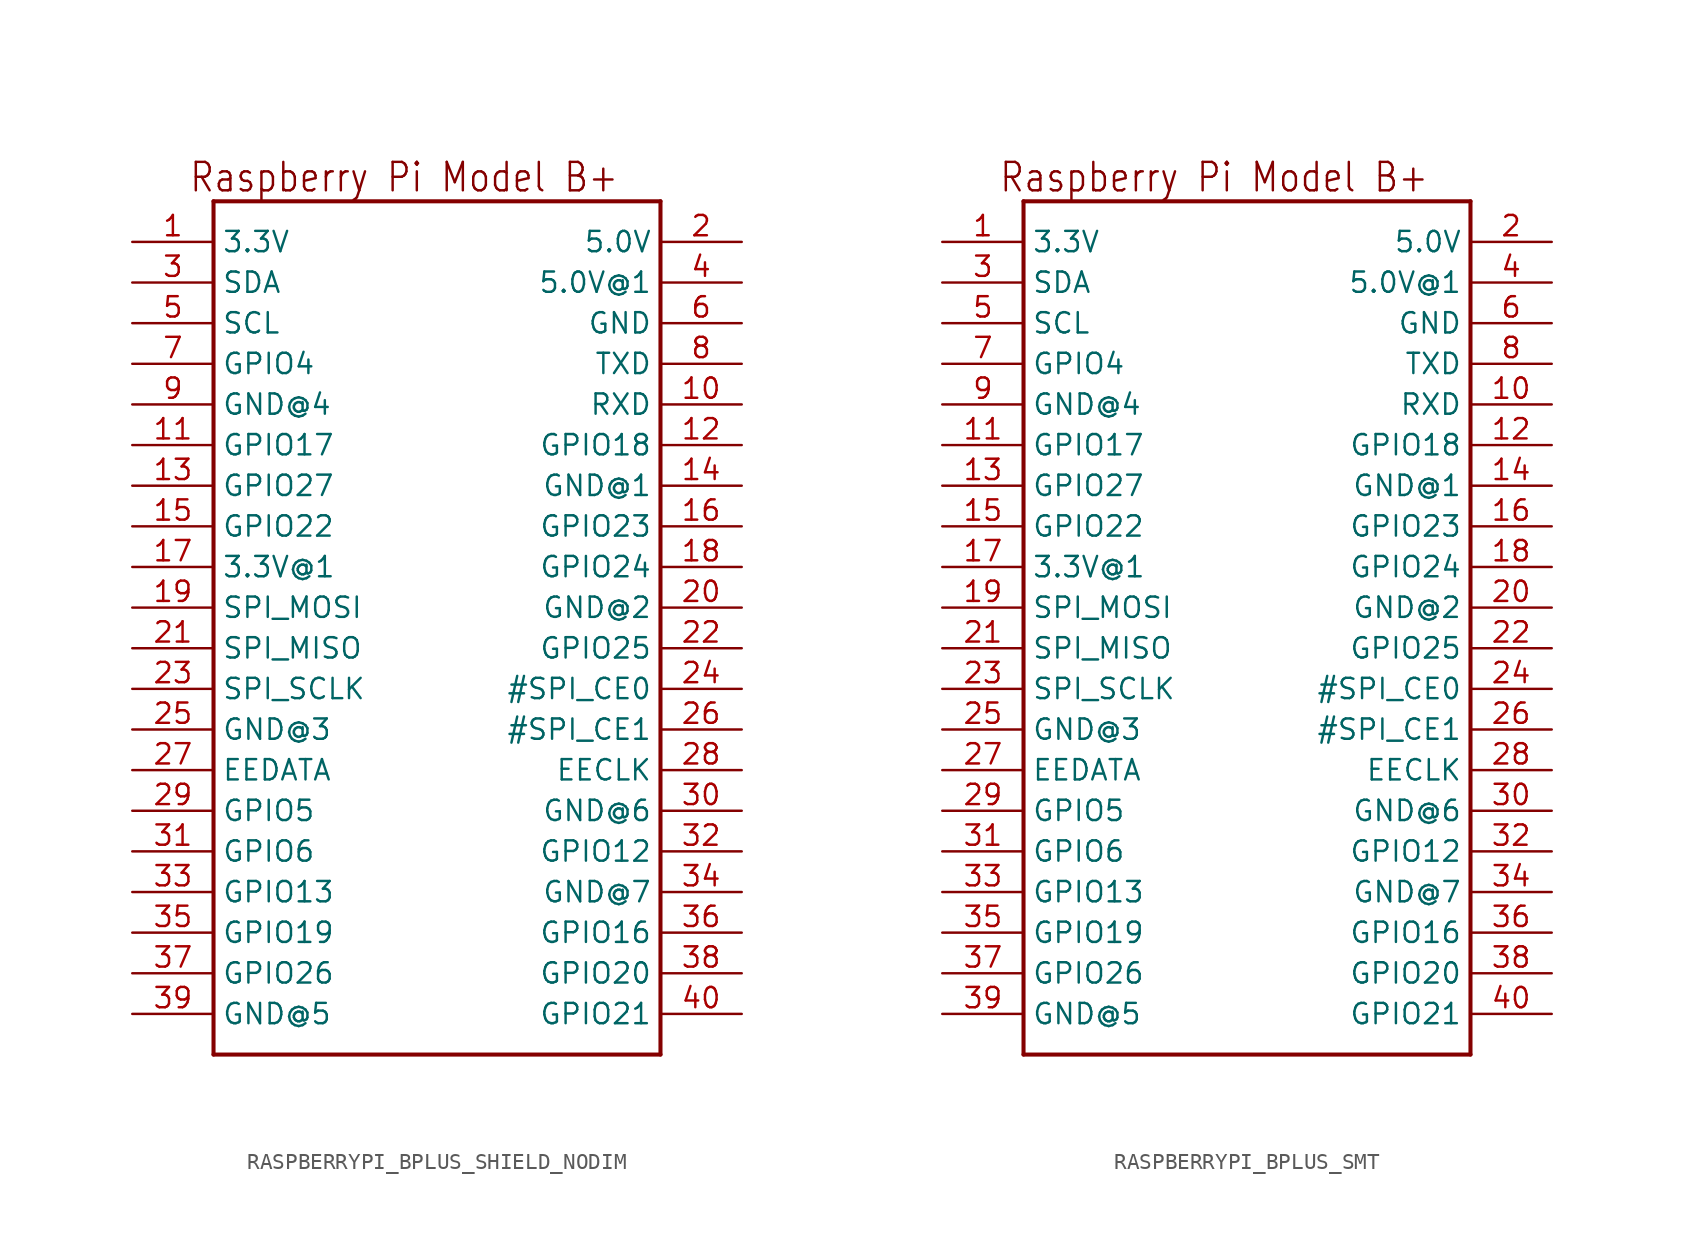
<source format=kicad_sym>
(kicad_symbol_lib
  (version 20220914)
  (generator kicad_symbol_editor)
  (symbol "RASPBERRYPI_BPLUS_SHIELD_NODIM"
    (property "Reference" "RPI"
      (at 0 0 0)
      (effects (font (size 1.27 1.27)) hide))
    (property "ki_locked" ""
      (at 0 0 0)
      (effects (font (size 1.27 1.27))))
    (symbol "RASPBERRYPI_BPLUS_SHIELD_NODIM_1_0"
      (polyline (pts (xy -12.7 -30.48) (xy -12.7 22.86)) (stroke (width 0.254) (type solid)) (fill (type none)))
      (polyline (pts (xy -12.7 22.86) (xy 15.24 22.86)) (stroke (width 0.254) (type solid)) (fill (type none)))
      (polyline (pts (xy 15.24 -30.48) (xy -12.7 -30.48)) (stroke (width 0.254) (type solid)) (fill (type none)))
      (polyline (pts (xy 15.24 22.86) (xy 15.24 -30.48)) (stroke (width 0.254) (type solid)) (fill (type none)))
      (text "Raspberry Pi Model B+" (at 12.7 25.4 0) (effects (font (size 1.778 1.511)) (justify right top)))
      (pin power_in line (at -17.78 20.32 0) (length 5.08) (name "3.3V" (effects (font (size 1.27 1.27)))) (number "1" (effects (font (size 1.27 1.27)))))
      (pin bidirectional line (at 20.32 10.16 180) (length 5.08) (name "RXD" (effects (font (size 1.27 1.27)))) (number "10" (effects (font (size 1.27 1.27)))))
      (pin bidirectional line (at -17.78 7.62 0) (length 5.08) (name "GPIO17" (effects (font (size 1.27 1.27)))) (number "11" (effects (font (size 1.27 1.27)))))
      (pin bidirectional line (at 20.32 7.62 180) (length 5.08) (name "GPIO18" (effects (font (size 1.27 1.27)))) (number "12" (effects (font (size 1.27 1.27)))))
      (pin bidirectional line (at -17.78 5.08 0) (length 5.08) (name "GPIO27" (effects (font (size 1.27 1.27)))) (number "13" (effects (font (size 1.27 1.27)))))
      (pin power_in line (at 20.32 5.08 180) (length 5.08) (name "GND@1" (effects (font (size 1.27 1.27)))) (number "14" (effects (font (size 1.27 1.27)))))
      (pin bidirectional line (at -17.78 2.54 0) (length 5.08) (name "GPIO22" (effects (font (size 1.27 1.27)))) (number "15" (effects (font (size 1.27 1.27)))))
      (pin bidirectional line (at 20.32 2.54 180) (length 5.08) (name "GPIO23" (effects (font (size 1.27 1.27)))) (number "16" (effects (font (size 1.27 1.27)))))
      (pin power_in line (at -17.78 0 0) (length 5.08) (name "3.3V@1" (effects (font (size 1.27 1.27)))) (number "17" (effects (font (size 1.27 1.27)))))
      (pin bidirectional line (at 20.32 0 180) (length 5.08) (name "GPIO24" (effects (font (size 1.27 1.27)))) (number "18" (effects (font (size 1.27 1.27)))))
      (pin bidirectional line (at -17.78 -2.54 0) (length 5.08) (name "SPI_MOSI" (effects (font (size 1.27 1.27)))) (number "19" (effects (font (size 1.27 1.27)))))
      (pin power_in line (at 20.32 20.32 180) (length 5.08) (name "5.0V" (effects (font (size 1.27 1.27)))) (number "2" (effects (font (size 1.27 1.27)))))
      (pin power_in line (at 20.32 -2.54 180) (length 5.08) (name "GND@2" (effects (font (size 1.27 1.27)))) (number "20" (effects (font (size 1.27 1.27)))))
      (pin bidirectional line (at -17.78 -5.08 0) (length 5.08) (name "SPI_MISO" (effects (font (size 1.27 1.27)))) (number "21" (effects (font (size 1.27 1.27)))))
      (pin bidirectional line (at 20.32 -5.08 180) (length 5.08) (name "GPIO25" (effects (font (size 1.27 1.27)))) (number "22" (effects (font (size 1.27 1.27)))))
      (pin bidirectional line (at -17.78 -7.62 0) (length 5.08) (name "SPI_SCLK" (effects (font (size 1.27 1.27)))) (number "23" (effects (font (size 1.27 1.27)))))
      (pin bidirectional line (at 20.32 -7.62 180) (length 5.08) (name "#SPI_CE0" (effects (font (size 1.27 1.27)))) (number "24" (effects (font (size 1.27 1.27)))))
      (pin power_in line (at -17.78 -10.16 0) (length 5.08) (name "GND@3" (effects (font (size 1.27 1.27)))) (number "25" (effects (font (size 1.27 1.27)))))
      (pin bidirectional line (at 20.32 -10.16 180) (length 5.08) (name "#SPI_CE1" (effects (font (size 1.27 1.27)))) (number "26" (effects (font (size 1.27 1.27)))))
      (pin bidirectional line (at -17.78 -12.7 0) (length 5.08) (name "EEDATA" (effects (font (size 1.27 1.27)))) (number "27" (effects (font (size 1.27 1.27)))))
      (pin bidirectional line (at 20.32 -12.7 180) (length 5.08) (name "EECLK" (effects (font (size 1.27 1.27)))) (number "28" (effects (font (size 1.27 1.27)))))
      (pin bidirectional line (at -17.78 -15.24 0) (length 5.08) (name "GPIO5" (effects (font (size 1.27 1.27)))) (number "29" (effects (font (size 1.27 1.27)))))
      (pin bidirectional line (at -17.78 17.78 0) (length 5.08) (name "SDA" (effects (font (size 1.27 1.27)))) (number "3" (effects (font (size 1.27 1.27)))))
      (pin power_in line (at 20.32 -15.24 180) (length 5.08) (name "GND@6" (effects (font (size 1.27 1.27)))) (number "30" (effects (font (size 1.27 1.27)))))
      (pin bidirectional line (at -17.78 -17.78 0) (length 5.08) (name "GPIO6" (effects (font (size 1.27 1.27)))) (number "31" (effects (font (size 1.27 1.27)))))
      (pin bidirectional line (at 20.32 -17.78 180) (length 5.08) (name "GPIO12" (effects (font (size 1.27 1.27)))) (number "32" (effects (font (size 1.27 1.27)))))
      (pin bidirectional line (at -17.78 -20.32 0) (length 5.08) (name "GPIO13" (effects (font (size 1.27 1.27)))) (number "33" (effects (font (size 1.27 1.27)))))
      (pin power_in line (at 20.32 -20.32 180) (length 5.08) (name "GND@7" (effects (font (size 1.27 1.27)))) (number "34" (effects (font (size 1.27 1.27)))))
      (pin bidirectional line (at -17.78 -22.86 0) (length 5.08) (name "GPIO19" (effects (font (size 1.27 1.27)))) (number "35" (effects (font (size 1.27 1.27)))))
      (pin bidirectional line (at 20.32 -22.86 180) (length 5.08) (name "GPIO16" (effects (font (size 1.27 1.27)))) (number "36" (effects (font (size 1.27 1.27)))))
      (pin bidirectional line (at -17.78 -25.4 0) (length 5.08) (name "GPIO26" (effects (font (size 1.27 1.27)))) (number "37" (effects (font (size 1.27 1.27)))))
      (pin bidirectional line (at 20.32 -25.4 180) (length 5.08) (name "GPIO20" (effects (font (size 1.27 1.27)))) (number "38" (effects (font (size 1.27 1.27)))))
      (pin power_in line (at -17.78 -27.94 0) (length 5.08) (name "GND@5" (effects (font (size 1.27 1.27)))) (number "39" (effects (font (size 1.27 1.27)))))
      (pin power_in line (at 20.32 17.78 180) (length 5.08) (name "5.0V@1" (effects (font (size 1.27 1.27)))) (number "4" (effects (font (size 1.27 1.27)))))
      (pin bidirectional line (at 20.32 -27.94 180) (length 5.08) (name "GPIO21" (effects (font (size 1.27 1.27)))) (number "40" (effects (font (size 1.27 1.27)))))
      (pin bidirectional line (at -17.78 15.24 0) (length 5.08) (name "SCL" (effects (font (size 1.27 1.27)))) (number "5" (effects (font (size 1.27 1.27)))))
      (pin power_in line (at 20.32 15.24 180) (length 5.08) (name "GND" (effects (font (size 1.27 1.27)))) (number "6" (effects (font (size 1.27 1.27)))))
      (pin bidirectional line (at -17.78 12.7 0) (length 5.08) (name "GPIO4" (effects (font (size 1.27 1.27)))) (number "7" (effects (font (size 1.27 1.27)))))
      (pin bidirectional line (at 20.32 12.7 180) (length 5.08) (name "TXD" (effects (font (size 1.27 1.27)))) (number "8" (effects (font (size 1.27 1.27)))))
      (pin power_in line (at -17.78 10.16 0) (length 5.08) (name "GND@4" (effects (font (size 1.27 1.27)))) (number "9" (effects (font (size 1.27 1.27)))))))
  (symbol "RASPBERRYPI_BPLUS_SMT"
    (property "Reference" "RPI"
      (at 0 0 0)
      (effects (font (size 1.27 1.27)) hide))
    (property "ki_locked" ""
      (at 0 0 0)
      (effects (font (size 1.27 1.27))))
    (symbol "RASPBERRYPI_BPLUS_SMT_1_0"
      (polyline (pts (xy -12.7 -30.48) (xy -12.7 22.86)) (stroke (width 0.254) (type solid)) (fill (type none)))
      (polyline (pts (xy -12.7 22.86) (xy 15.24 22.86)) (stroke (width 0.254) (type solid)) (fill (type none)))
      (polyline (pts (xy 15.24 -30.48) (xy -12.7 -30.48)) (stroke (width 0.254) (type solid)) (fill (type none)))
      (polyline (pts (xy 15.24 22.86) (xy 15.24 -30.48)) (stroke (width 0.254) (type solid)) (fill (type none)))
      (text "Raspberry Pi Model B+" (at 12.7 25.4 0) (effects (font (size 1.778 1.511)) (justify right top)))
      (pin power_in line (at -17.78 20.32 0) (length 5.08) (name "3.3V" (effects (font (size 1.27 1.27)))) (number "1" (effects (font (size 1.27 1.27)))))
      (pin bidirectional line (at 20.32 10.16 180) (length 5.08) (name "RXD" (effects (font (size 1.27 1.27)))) (number "10" (effects (font (size 1.27 1.27)))))
      (pin bidirectional line (at -17.78 7.62 0) (length 5.08) (name "GPIO17" (effects (font (size 1.27 1.27)))) (number "11" (effects (font (size 1.27 1.27)))))
      (pin bidirectional line (at 20.32 7.62 180) (length 5.08) (name "GPIO18" (effects (font (size 1.27 1.27)))) (number "12" (effects (font (size 1.27 1.27)))))
      (pin bidirectional line (at -17.78 5.08 0) (length 5.08) (name "GPIO27" (effects (font (size 1.27 1.27)))) (number "13" (effects (font (size 1.27 1.27)))))
      (pin power_in line (at 20.32 5.08 180) (length 5.08) (name "GND@1" (effects (font (size 1.27 1.27)))) (number "14" (effects (font (size 1.27 1.27)))))
      (pin bidirectional line (at -17.78 2.54 0) (length 5.08) (name "GPIO22" (effects (font (size 1.27 1.27)))) (number "15" (effects (font (size 1.27 1.27)))))
      (pin bidirectional line (at 20.32 2.54 180) (length 5.08) (name "GPIO23" (effects (font (size 1.27 1.27)))) (number "16" (effects (font (size 1.27 1.27)))))
      (pin power_in line (at -17.78 0 0) (length 5.08) (name "3.3V@1" (effects (font (size 1.27 1.27)))) (number "17" (effects (font (size 1.27 1.27)))))
      (pin bidirectional line (at 20.32 0 180) (length 5.08) (name "GPIO24" (effects (font (size 1.27 1.27)))) (number "18" (effects (font (size 1.27 1.27)))))
      (pin bidirectional line (at -17.78 -2.54 0) (length 5.08) (name "SPI_MOSI" (effects (font (size 1.27 1.27)))) (number "19" (effects (font (size 1.27 1.27)))))
      (pin power_in line (at 20.32 20.32 180) (length 5.08) (name "5.0V" (effects (font (size 1.27 1.27)))) (number "2" (effects (font (size 1.27 1.27)))))
      (pin power_in line (at 20.32 -2.54 180) (length 5.08) (name "GND@2" (effects (font (size 1.27 1.27)))) (number "20" (effects (font (size 1.27 1.27)))))
      (pin bidirectional line (at -17.78 -5.08 0) (length 5.08) (name "SPI_MISO" (effects (font (size 1.27 1.27)))) (number "21" (effects (font (size 1.27 1.27)))))
      (pin bidirectional line (at 20.32 -5.08 180) (length 5.08) (name "GPIO25" (effects (font (size 1.27 1.27)))) (number "22" (effects (font (size 1.27 1.27)))))
      (pin bidirectional line (at -17.78 -7.62 0) (length 5.08) (name "SPI_SCLK" (effects (font (size 1.27 1.27)))) (number "23" (effects (font (size 1.27 1.27)))))
      (pin bidirectional line (at 20.32 -7.62 180) (length 5.08) (name "#SPI_CE0" (effects (font (size 1.27 1.27)))) (number "24" (effects (font (size 1.27 1.27)))))
      (pin power_in line (at -17.78 -10.16 0) (length 5.08) (name "GND@3" (effects (font (size 1.27 1.27)))) (number "25" (effects (font (size 1.27 1.27)))))
      (pin bidirectional line (at 20.32 -10.16 180) (length 5.08) (name "#SPI_CE1" (effects (font (size 1.27 1.27)))) (number "26" (effects (font (size 1.27 1.27)))))
      (pin bidirectional line (at -17.78 -12.7 0) (length 5.08) (name "EEDATA" (effects (font (size 1.27 1.27)))) (number "27" (effects (font (size 1.27 1.27)))))
      (pin bidirectional line (at 20.32 -12.7 180) (length 5.08) (name "EECLK" (effects (font (size 1.27 1.27)))) (number "28" (effects (font (size 1.27 1.27)))))
      (pin bidirectional line (at -17.78 -15.24 0) (length 5.08) (name "GPIO5" (effects (font (size 1.27 1.27)))) (number "29" (effects (font (size 1.27 1.27)))))
      (pin bidirectional line (at -17.78 17.78 0) (length 5.08) (name "SDA" (effects (font (size 1.27 1.27)))) (number "3" (effects (font (size 1.27 1.27)))))
      (pin power_in line (at 20.32 -15.24 180) (length 5.08) (name "GND@6" (effects (font (size 1.27 1.27)))) (number "30" (effects (font (size 1.27 1.27)))))
      (pin bidirectional line (at -17.78 -17.78 0) (length 5.08) (name "GPIO6" (effects (font (size 1.27 1.27)))) (number "31" (effects (font (size 1.27 1.27)))))
      (pin bidirectional line (at 20.32 -17.78 180) (length 5.08) (name "GPIO12" (effects (font (size 1.27 1.27)))) (number "32" (effects (font (size 1.27 1.27)))))
      (pin bidirectional line (at -17.78 -20.32 0) (length 5.08) (name "GPIO13" (effects (font (size 1.27 1.27)))) (number "33" (effects (font (size 1.27 1.27)))))
      (pin power_in line (at 20.32 -20.32 180) (length 5.08) (name "GND@7" (effects (font (size 1.27 1.27)))) (number "34" (effects (font (size 1.27 1.27)))))
      (pin bidirectional line (at -17.78 -22.86 0) (length 5.08) (name "GPIO19" (effects (font (size 1.27 1.27)))) (number "35" (effects (font (size 1.27 1.27)))))
      (pin bidirectional line (at 20.32 -22.86 180) (length 5.08) (name "GPIO16" (effects (font (size 1.27 1.27)))) (number "36" (effects (font (size 1.27 1.27)))))
      (pin bidirectional line (at -17.78 -25.4 0) (length 5.08) (name "GPIO26" (effects (font (size 1.27 1.27)))) (number "37" (effects (font (size 1.27 1.27)))))
      (pin bidirectional line (at 20.32 -25.4 180) (length 5.08) (name "GPIO20" (effects (font (size 1.27 1.27)))) (number "38" (effects (font (size 1.27 1.27)))))
      (pin power_in line (at -17.78 -27.94 0) (length 5.08) (name "GND@5" (effects (font (size 1.27 1.27)))) (number "39" (effects (font (size 1.27 1.27)))))
      (pin power_in line (at 20.32 17.78 180) (length 5.08) (name "5.0V@1" (effects (font (size 1.27 1.27)))) (number "4" (effects (font (size 1.27 1.27)))))
      (pin bidirectional line (at 20.32 -27.94 180) (length 5.08) (name "GPIO21" (effects (font (size 1.27 1.27)))) (number "40" (effects (font (size 1.27 1.27)))))
      (pin bidirectional line (at -17.78 15.24 0) (length 5.08) (name "SCL" (effects (font (size 1.27 1.27)))) (number "5" (effects (font (size 1.27 1.27)))))
      (pin power_in line (at 20.32 15.24 180) (length 5.08) (name "GND" (effects (font (size 1.27 1.27)))) (number "6" (effects (font (size 1.27 1.27)))))
      (pin bidirectional line (at -17.78 12.7 0) (length 5.08) (name "GPIO4" (effects (font (size 1.27 1.27)))) (number "7" (effects (font (size 1.27 1.27)))))
      (pin bidirectional line (at 20.32 12.7 180) (length 5.08) (name "TXD" (effects (font (size 1.27 1.27)))) (number "8" (effects (font (size 1.27 1.27)))))
      (pin power_in line (at -17.78 10.16 0) (length 5.08) (name "GND@4" (effects (font (size 1.27 1.27)))) (number "9" (effects (font (size 1.27 1.27))))))))
</source>
